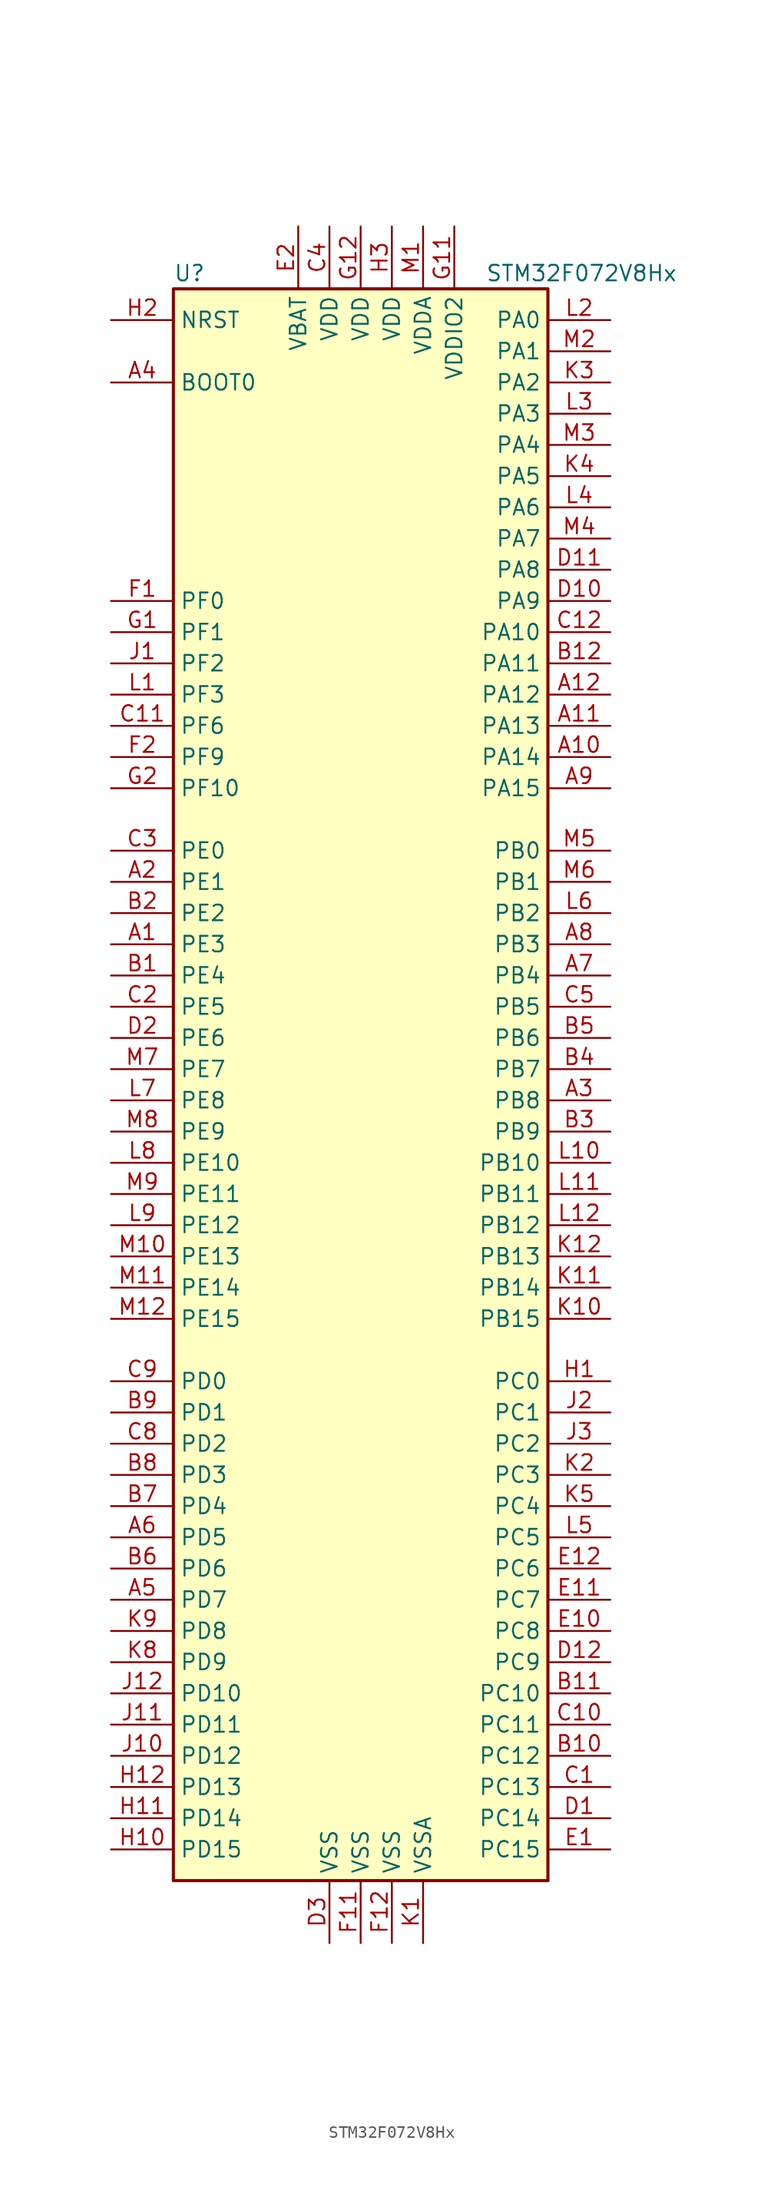
<source format=kicad_sym>
(kicad_symbol_lib
  (version 20211014)
  (generator kicad_symbol_editor)
  (symbol "STM32F072V8Hx"
    (property "Reference" "U"
      (at -15.24 64.77 0)
      (effects (font (size 1.27 1.27)) (justify left)))
    (property "Value" "STM32F072V8Hx"
      (at 10.16 64.77 0)
      (effects (font (size 1.27 1.27)) (justify left)))
    (symbol "STM32F072V8Hx_0_1"
      (rectangle (start -15.24 -66.04) (end 15.24 63.5) (stroke (width 0.254) (type default) (color 0 0 0 0)) (fill (type background))))
    (symbol "STM32F072V8Hx_1_1"
      (pin bidirectional line (at -20.32 10.16 0) (length 5.08) (name "PE3" (effects (font (size 1.27 1.27)))) (number "A1" (effects (font (size 1.27 1.27)))))
      (pin bidirectional line (at 20.32 25.4 180) (length 5.08) (name "PA14" (effects (font (size 1.27 1.27)))) (number "A10" (effects (font (size 1.27 1.27)))))
      (pin bidirectional line (at 20.32 27.94 180) (length 5.08) (name "PA13" (effects (font (size 1.27 1.27)))) (number "A11" (effects (font (size 1.27 1.27)))))
      (pin bidirectional line (at 20.32 30.48 180) (length 5.08) (name "PA12" (effects (font (size 1.27 1.27)))) (number "A12" (effects (font (size 1.27 1.27)))))
      (pin bidirectional line (at -20.32 15.24 0) (length 5.08) (name "PE1" (effects (font (size 1.27 1.27)))) (number "A2" (effects (font (size 1.27 1.27)))))
      (pin bidirectional line (at 20.32 -2.54 180) (length 5.08) (name "PB8" (effects (font (size 1.27 1.27)))) (number "A3" (effects (font (size 1.27 1.27)))))
      (pin input line (at -20.32 55.88 0) (length 5.08) (name "BOOT0" (effects (font (size 1.27 1.27)))) (number "A4" (effects (font (size 1.27 1.27)))))
      (pin bidirectional line (at -20.32 -43.18 0) (length 5.08) (name "PD7" (effects (font (size 1.27 1.27)))) (number "A5" (effects (font (size 1.27 1.27)))))
      (pin bidirectional line (at -20.32 -38.1 0) (length 5.08) (name "PD5" (effects (font (size 1.27 1.27)))) (number "A6" (effects (font (size 1.27 1.27)))))
      (pin bidirectional line (at 20.32 7.62 180) (length 5.08) (name "PB4" (effects (font (size 1.27 1.27)))) (number "A7" (effects (font (size 1.27 1.27)))))
      (pin bidirectional line (at 20.32 10.16 180) (length 5.08) (name "PB3" (effects (font (size 1.27 1.27)))) (number "A8" (effects (font (size 1.27 1.27)))))
      (pin bidirectional line (at 20.32 22.86 180) (length 5.08) (name "PA15" (effects (font (size 1.27 1.27)))) (number "A9" (effects (font (size 1.27 1.27)))))
      (pin bidirectional line (at -20.32 7.62 0) (length 5.08) (name "PE4" (effects (font (size 1.27 1.27)))) (number "B1" (effects (font (size 1.27 1.27)))))
      (pin bidirectional line (at 20.32 -55.88 180) (length 5.08) (name "PC12" (effects (font (size 1.27 1.27)))) (number "B10" (effects (font (size 1.27 1.27)))))
      (pin bidirectional line (at 20.32 -50.8 180) (length 5.08) (name "PC10" (effects (font (size 1.27 1.27)))) (number "B11" (effects (font (size 1.27 1.27)))))
      (pin bidirectional line (at 20.32 33.02 180) (length 5.08) (name "PA11" (effects (font (size 1.27 1.27)))) (number "B12" (effects (font (size 1.27 1.27)))))
      (pin bidirectional line (at -20.32 12.7 0) (length 5.08) (name "PE2" (effects (font (size 1.27 1.27)))) (number "B2" (effects (font (size 1.27 1.27)))))
      (pin bidirectional line (at 20.32 -5.08 180) (length 5.08) (name "PB9" (effects (font (size 1.27 1.27)))) (number "B3" (effects (font (size 1.27 1.27)))))
      (pin bidirectional line (at 20.32 0 180) (length 5.08) (name "PB7" (effects (font (size 1.27 1.27)))) (number "B4" (effects (font (size 1.27 1.27)))))
      (pin bidirectional line (at 20.32 2.54 180) (length 5.08) (name "PB6" (effects (font (size 1.27 1.27)))) (number "B5" (effects (font (size 1.27 1.27)))))
      (pin bidirectional line (at -20.32 -40.64 0) (length 5.08) (name "PD6" (effects (font (size 1.27 1.27)))) (number "B6" (effects (font (size 1.27 1.27)))))
      (pin bidirectional line (at -20.32 -35.56 0) (length 5.08) (name "PD4" (effects (font (size 1.27 1.27)))) (number "B7" (effects (font (size 1.27 1.27)))))
      (pin bidirectional line (at -20.32 -33.02 0) (length 5.08) (name "PD3" (effects (font (size 1.27 1.27)))) (number "B8" (effects (font (size 1.27 1.27)))))
      (pin bidirectional line (at -20.32 -27.94 0) (length 5.08) (name "PD1" (effects (font (size 1.27 1.27)))) (number "B9" (effects (font (size 1.27 1.27)))))
      (pin bidirectional line (at 20.32 -58.42 180) (length 5.08) (name "PC13" (effects (font (size 1.27 1.27)))) (number "C1" (effects (font (size 1.27 1.27)))))
      (pin bidirectional line (at 20.32 -53.34 180) (length 5.08) (name "PC11" (effects (font (size 1.27 1.27)))) (number "C10" (effects (font (size 1.27 1.27)))))
      (pin bidirectional line (at -20.32 27.94 0) (length 5.08) (name "PF6" (effects (font (size 1.27 1.27)))) (number "C11" (effects (font (size 1.27 1.27)))))
      (pin bidirectional line (at 20.32 35.56 180) (length 5.08) (name "PA10" (effects (font (size 1.27 1.27)))) (number "C12" (effects (font (size 1.27 1.27)))))
      (pin bidirectional line (at -20.32 5.08 0) (length 5.08) (name "PE5" (effects (font (size 1.27 1.27)))) (number "C2" (effects (font (size 1.27 1.27)))))
      (pin bidirectional line (at -20.32 17.78 0) (length 5.08) (name "PE0" (effects (font (size 1.27 1.27)))) (number "C3" (effects (font (size 1.27 1.27)))))
      (pin power_in line (at -2.54 68.58 270) (length 5.08) (name "VDD" (effects (font (size 1.27 1.27)))) (number "C4" (effects (font (size 1.27 1.27)))))
      (pin bidirectional line (at 20.32 5.08 180) (length 5.08) (name "PB5" (effects (font (size 1.27 1.27)))) (number "C5" (effects (font (size 1.27 1.27)))))
      (pin bidirectional line (at -20.32 -30.48 0) (length 5.08) (name "PD2" (effects (font (size 1.27 1.27)))) (number "C8" (effects (font (size 1.27 1.27)))))
      (pin bidirectional line (at -20.32 -25.4 0) (length 5.08) (name "PD0" (effects (font (size 1.27 1.27)))) (number "C9" (effects (font (size 1.27 1.27)))))
      (pin bidirectional line (at 20.32 -60.96 180) (length 5.08) (name "PC14" (effects (font (size 1.27 1.27)))) (number "D1" (effects (font (size 1.27 1.27)))))
      (pin bidirectional line (at 20.32 38.1 180) (length 5.08) (name "PA9" (effects (font (size 1.27 1.27)))) (number "D10" (effects (font (size 1.27 1.27)))))
      (pin bidirectional line (at 20.32 40.64 180) (length 5.08) (name "PA8" (effects (font (size 1.27 1.27)))) (number "D11" (effects (font (size 1.27 1.27)))))
      (pin bidirectional line (at 20.32 -48.26 180) (length 5.08) (name "PC9" (effects (font (size 1.27 1.27)))) (number "D12" (effects (font (size 1.27 1.27)))))
      (pin bidirectional line (at -20.32 2.54 0) (length 5.08) (name "PE6" (effects (font (size 1.27 1.27)))) (number "D2" (effects (font (size 1.27 1.27)))))
      (pin power_in line (at -2.54 -71.12 90) (length 5.08) (name "VSS" (effects (font (size 1.27 1.27)))) (number "D3" (effects (font (size 1.27 1.27)))))
      (pin bidirectional line (at 20.32 -63.5 180) (length 5.08) (name "PC15" (effects (font (size 1.27 1.27)))) (number "E1" (effects (font (size 1.27 1.27)))))
      (pin bidirectional line (at 20.32 -45.72 180) (length 5.08) (name "PC8" (effects (font (size 1.27 1.27)))) (number "E10" (effects (font (size 1.27 1.27)))))
      (pin bidirectional line (at 20.32 -43.18 180) (length 5.08) (name "PC7" (effects (font (size 1.27 1.27)))) (number "E11" (effects (font (size 1.27 1.27)))))
      (pin bidirectional line (at 20.32 -40.64 180) (length 5.08) (name "PC6" (effects (font (size 1.27 1.27)))) (number "E12" (effects (font (size 1.27 1.27)))))
      (pin power_in line (at -5.08 68.58 270) (length 5.08) (name "VBAT" (effects (font (size 1.27 1.27)))) (number "E2" (effects (font (size 1.27 1.27)))))
      (pin no_connect line (at -15.24 -63.5 0) (length 5.08) hide (name "NC" (effects (font (size 1.27 1.27)))) (number "E3" (effects (font (size 1.27 1.27)))))
      (pin input line (at -20.32 38.1 0) (length 5.08) (name "PF0" (effects (font (size 1.27 1.27)))) (number "F1" (effects (font (size 1.27 1.27)))))
      (pin power_in line (at 0 -71.12 90) (length 5.08) (name "VSS" (effects (font (size 1.27 1.27)))) (number "F11" (effects (font (size 1.27 1.27)))))
      (pin power_in line (at 2.54 -71.12 90) (length 5.08) (name "VSS" (effects (font (size 1.27 1.27)))) (number "F12" (effects (font (size 1.27 1.27)))))
      (pin bidirectional line (at -20.32 25.4 0) (length 5.08) (name "PF9" (effects (font (size 1.27 1.27)))) (number "F2" (effects (font (size 1.27 1.27)))))
      (pin input line (at -20.32 35.56 0) (length 5.08) (name "PF1" (effects (font (size 1.27 1.27)))) (number "G1" (effects (font (size 1.27 1.27)))))
      (pin power_in line (at 7.62 68.58 270) (length 5.08) (name "VDDIO2" (effects (font (size 1.27 1.27)))) (number "G11" (effects (font (size 1.27 1.27)))))
      (pin power_in line (at 0 68.58 270) (length 5.08) (name "VDD" (effects (font (size 1.27 1.27)))) (number "G12" (effects (font (size 1.27 1.27)))))
      (pin bidirectional line (at -20.32 22.86 0) (length 5.08) (name "PF10" (effects (font (size 1.27 1.27)))) (number "G2" (effects (font (size 1.27 1.27)))))
      (pin bidirectional line (at 20.32 -25.4 180) (length 5.08) (name "PC0" (effects (font (size 1.27 1.27)))) (number "H1" (effects (font (size 1.27 1.27)))))
      (pin bidirectional line (at -20.32 -63.5 0) (length 5.08) (name "PD15" (effects (font (size 1.27 1.27)))) (number "H10" (effects (font (size 1.27 1.27)))))
      (pin bidirectional line (at -20.32 -60.96 0) (length 5.08) (name "PD14" (effects (font (size 1.27 1.27)))) (number "H11" (effects (font (size 1.27 1.27)))))
      (pin bidirectional line (at -20.32 -58.42 0) (length 5.08) (name "PD13" (effects (font (size 1.27 1.27)))) (number "H12" (effects (font (size 1.27 1.27)))))
      (pin input line (at -20.32 60.96 0) (length 5.08) (name "NRST" (effects (font (size 1.27 1.27)))) (number "H2" (effects (font (size 1.27 1.27)))))
      (pin power_in line (at 2.54 68.58 270) (length 5.08) (name "VDD" (effects (font (size 1.27 1.27)))) (number "H3" (effects (font (size 1.27 1.27)))))
      (pin bidirectional line (at -20.32 33.02 0) (length 5.08) (name "PF2" (effects (font (size 1.27 1.27)))) (number "J1" (effects (font (size 1.27 1.27)))))
      (pin bidirectional line (at -20.32 -55.88 0) (length 5.08) (name "PD12" (effects (font (size 1.27 1.27)))) (number "J10" (effects (font (size 1.27 1.27)))))
      (pin bidirectional line (at -20.32 -53.34 0) (length 5.08) (name "PD11" (effects (font (size 1.27 1.27)))) (number "J11" (effects (font (size 1.27 1.27)))))
      (pin bidirectional line (at -20.32 -50.8 0) (length 5.08) (name "PD10" (effects (font (size 1.27 1.27)))) (number "J12" (effects (font (size 1.27 1.27)))))
      (pin bidirectional line (at 20.32 -27.94 180) (length 5.08) (name "PC1" (effects (font (size 1.27 1.27)))) (number "J2" (effects (font (size 1.27 1.27)))))
      (pin bidirectional line (at 20.32 -30.48 180) (length 5.08) (name "PC2" (effects (font (size 1.27 1.27)))) (number "J3" (effects (font (size 1.27 1.27)))))
      (pin power_in line (at 5.08 -71.12 90) (length 5.08) (name "VSSA" (effects (font (size 1.27 1.27)))) (number "K1" (effects (font (size 1.27 1.27)))))
      (pin bidirectional line (at 20.32 -20.32 180) (length 5.08) (name "PB15" (effects (font (size 1.27 1.27)))) (number "K10" (effects (font (size 1.27 1.27)))))
      (pin bidirectional line (at 20.32 -17.78 180) (length 5.08) (name "PB14" (effects (font (size 1.27 1.27)))) (number "K11" (effects (font (size 1.27 1.27)))))
      (pin bidirectional line (at 20.32 -15.24 180) (length 5.08) (name "PB13" (effects (font (size 1.27 1.27)))) (number "K12" (effects (font (size 1.27 1.27)))))
      (pin bidirectional line (at 20.32 -33.02 180) (length 5.08) (name "PC3" (effects (font (size 1.27 1.27)))) (number "K2" (effects (font (size 1.27 1.27)))))
      (pin bidirectional line (at 20.32 55.88 180) (length 5.08) (name "PA2" (effects (font (size 1.27 1.27)))) (number "K3" (effects (font (size 1.27 1.27)))))
      (pin bidirectional line (at 20.32 48.26 180) (length 5.08) (name "PA5" (effects (font (size 1.27 1.27)))) (number "K4" (effects (font (size 1.27 1.27)))))
      (pin bidirectional line (at 20.32 -35.56 180) (length 5.08) (name "PC4" (effects (font (size 1.27 1.27)))) (number "K5" (effects (font (size 1.27 1.27)))))
      (pin bidirectional line (at -20.32 -48.26 0) (length 5.08) (name "PD9" (effects (font (size 1.27 1.27)))) (number "K8" (effects (font (size 1.27 1.27)))))
      (pin bidirectional line (at -20.32 -45.72 0) (length 5.08) (name "PD8" (effects (font (size 1.27 1.27)))) (number "K9" (effects (font (size 1.27 1.27)))))
      (pin bidirectional line (at -20.32 30.48 0) (length 5.08) (name "PF3" (effects (font (size 1.27 1.27)))) (number "L1" (effects (font (size 1.27 1.27)))))
      (pin bidirectional line (at 20.32 -7.62 180) (length 5.08) (name "PB10" (effects (font (size 1.27 1.27)))) (number "L10" (effects (font (size 1.27 1.27)))))
      (pin bidirectional line (at 20.32 -10.16 180) (length 5.08) (name "PB11" (effects (font (size 1.27 1.27)))) (number "L11" (effects (font (size 1.27 1.27)))))
      (pin bidirectional line (at 20.32 -12.7 180) (length 5.08) (name "PB12" (effects (font (size 1.27 1.27)))) (number "L12" (effects (font (size 1.27 1.27)))))
      (pin bidirectional line (at 20.32 60.96 180) (length 5.08) (name "PA0" (effects (font (size 1.27 1.27)))) (number "L2" (effects (font (size 1.27 1.27)))))
      (pin bidirectional line (at 20.32 53.34 180) (length 5.08) (name "PA3" (effects (font (size 1.27 1.27)))) (number "L3" (effects (font (size 1.27 1.27)))))
      (pin bidirectional line (at 20.32 45.72 180) (length 5.08) (name "PA6" (effects (font (size 1.27 1.27)))) (number "L4" (effects (font (size 1.27 1.27)))))
      (pin bidirectional line (at 20.32 -38.1 180) (length 5.08) (name "PC5" (effects (font (size 1.27 1.27)))) (number "L5" (effects (font (size 1.27 1.27)))))
      (pin bidirectional line (at 20.32 12.7 180) (length 5.08) (name "PB2" (effects (font (size 1.27 1.27)))) (number "L6" (effects (font (size 1.27 1.27)))))
      (pin bidirectional line (at -20.32 -2.54 0) (length 5.08) (name "PE8" (effects (font (size 1.27 1.27)))) (number "L7" (effects (font (size 1.27 1.27)))))
      (pin bidirectional line (at -20.32 -7.62 0) (length 5.08) (name "PE10" (effects (font (size 1.27 1.27)))) (number "L8" (effects (font (size 1.27 1.27)))))
      (pin bidirectional line (at -20.32 -12.7 0) (length 5.08) (name "PE12" (effects (font (size 1.27 1.27)))) (number "L9" (effects (font (size 1.27 1.27)))))
      (pin power_in line (at 5.08 68.58 270) (length 5.08) (name "VDDA" (effects (font (size 1.27 1.27)))) (number "M1" (effects (font (size 1.27 1.27)))))
      (pin bidirectional line (at -20.32 -15.24 0) (length 5.08) (name "PE13" (effects (font (size 1.27 1.27)))) (number "M10" (effects (font (size 1.27 1.27)))))
      (pin bidirectional line (at -20.32 -17.78 0) (length 5.08) (name "PE14" (effects (font (size 1.27 1.27)))) (number "M11" (effects (font (size 1.27 1.27)))))
      (pin bidirectional line (at -20.32 -20.32 0) (length 5.08) (name "PE15" (effects (font (size 1.27 1.27)))) (number "M12" (effects (font (size 1.27 1.27)))))
      (pin bidirectional line (at 20.32 58.42 180) (length 5.08) (name "PA1" (effects (font (size 1.27 1.27)))) (number "M2" (effects (font (size 1.27 1.27)))))
      (pin bidirectional line (at 20.32 50.8 180) (length 5.08) (name "PA4" (effects (font (size 1.27 1.27)))) (number "M3" (effects (font (size 1.27 1.27)))))
      (pin bidirectional line (at 20.32 43.18 180) (length 5.08) (name "PA7" (effects (font (size 1.27 1.27)))) (number "M4" (effects (font (size 1.27 1.27)))))
      (pin bidirectional line (at 20.32 17.78 180) (length 5.08) (name "PB0" (effects (font (size 1.27 1.27)))) (number "M5" (effects (font (size 1.27 1.27)))))
      (pin bidirectional line (at 20.32 15.24 180) (length 5.08) (name "PB1" (effects (font (size 1.27 1.27)))) (number "M6" (effects (font (size 1.27 1.27)))))
      (pin bidirectional line (at -20.32 0 0) (length 5.08) (name "PE7" (effects (font (size 1.27 1.27)))) (number "M7" (effects (font (size 1.27 1.27)))))
      (pin bidirectional line (at -20.32 -5.08 0) (length 5.08) (name "PE9" (effects (font (size 1.27 1.27)))) (number "M8" (effects (font (size 1.27 1.27)))))
      (pin bidirectional line (at -20.32 -10.16 0) (length 5.08) (name "PE11" (effects (font (size 1.27 1.27)))) (number "M9" (effects (font (size 1.27 1.27))))))))
</source>
